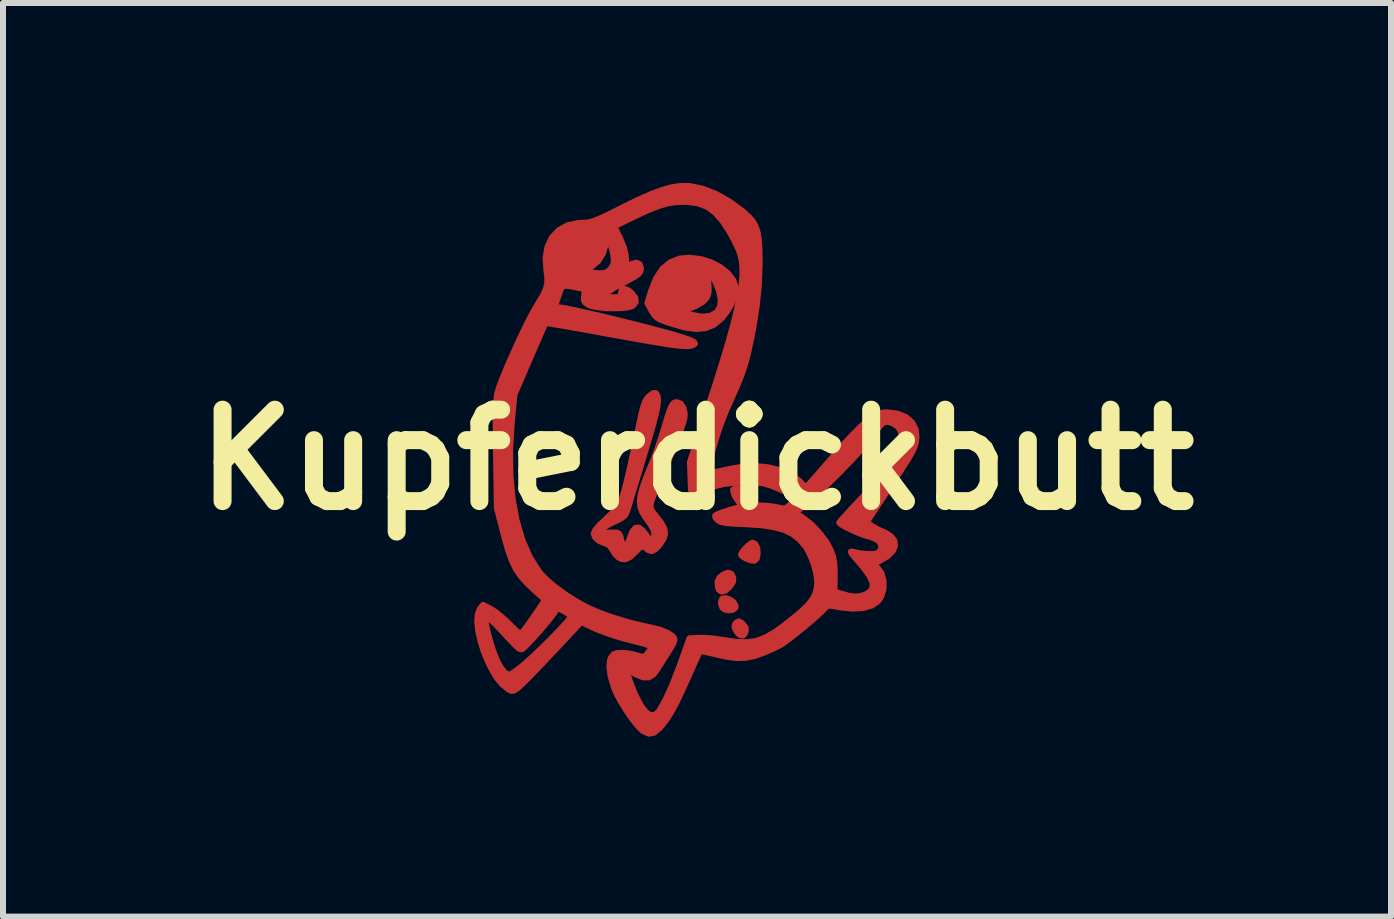
<source format=kicad_pcb>
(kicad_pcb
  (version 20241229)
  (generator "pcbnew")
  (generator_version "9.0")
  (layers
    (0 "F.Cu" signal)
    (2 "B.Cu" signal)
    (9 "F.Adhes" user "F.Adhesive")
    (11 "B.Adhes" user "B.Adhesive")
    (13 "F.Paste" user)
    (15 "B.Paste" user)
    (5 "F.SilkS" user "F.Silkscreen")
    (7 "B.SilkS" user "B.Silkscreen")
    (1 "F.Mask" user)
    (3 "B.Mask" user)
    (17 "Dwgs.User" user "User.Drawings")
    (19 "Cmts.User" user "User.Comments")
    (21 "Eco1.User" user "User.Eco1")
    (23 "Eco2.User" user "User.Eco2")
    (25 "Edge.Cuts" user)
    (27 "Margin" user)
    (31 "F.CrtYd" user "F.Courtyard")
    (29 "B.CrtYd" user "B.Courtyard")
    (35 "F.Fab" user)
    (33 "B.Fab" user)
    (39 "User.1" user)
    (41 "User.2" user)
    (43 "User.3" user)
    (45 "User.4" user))
  (footprint "Kupferdickbutt"
    (layer "F.Cu")
    (at 8.571 4.615)
    (property "Reference" "Kupferdickbutt" (at 0 0 0) (layer "F.SilkS") (effects (font (size 1.524 1.524) (thickness 0.3))))
    (attr through_hole)
    (fp_poly (pts (xy 0.815 2.843) (xy 0.801 2.89) (xy 0.765 2.931) (xy 0.715 2.922) (xy 0.665 2.872) (xy 0.626 2.798) (xy 0.633 2.742) (xy 0.661 2.711) (xy 0.7 2.695) (xy 0.744 2.72) (xy 0.76 2.736) (xy 0.807 2.793) (xy 0.815 2.843)) (stroke (width 0.1) (type solid)) (fill yes) (layer "F.Cu"))
    (fp_poly (pts (xy 0.604 1.965) (xy 0.602 2.029) (xy 0.555 2.106) (xy 0.549 2.113) (xy 0.476 2.18) (xy 0.413 2.199) (xy 0.367 2.171) (xy 0.351 2.133) (xy 0.342 2.033) (xy 0.378 1.96) (xy 0.438 1.915) (xy 0.516 1.883) (xy 0.569 1.9) (xy 0.604 1.965)) (stroke (width 0.1) (type solid)) (fill yes) (layer "F.Cu"))
    (fp_poly (pts (xy 0.642 2.438) (xy 0.64 2.467) (xy 0.601 2.5) (xy 0.535 2.511) (xy 0.466 2.499) (xy 0.425 2.471) (xy 0.401 2.412) (xy 0.4 2.365) (xy 0.42 2.317) (xy 0.472 2.307) (xy 0.48 2.308) (xy 0.554 2.333) (xy 0.614 2.382) (xy 0.642 2.438)) (stroke (width 0.1) (type solid)) (fill yes) (layer "F.Cu"))
    (fp_poly (pts (xy 1.011 1.569) (xy 1.011 1.571) (xy 0.994 1.65) (xy 0.957 1.683) (xy 0.888 1.676) (xy 0.826 1.652) (xy 0.765 1.617) (xy 0.734 1.584) (xy 0.734 1.58) (xy 0.753 1.54) (xy 0.8 1.484) (xy 0.857 1.428) (xy 0.907 1.39) (xy 0.926 1.383) (xy 0.974 1.408) (xy 1.005 1.475) (xy 1.011 1.569)) (stroke (width 0.1) (type solid)) (fill yes) (layer "F.Cu"))
    (fp_poly (pts (xy 0.649 -2.832) (xy 0.63 -2.729) (xy 0.579 -2.605) (xy 0.505 -2.478) (xy 0.418 -2.367) (xy 0.399 -2.347) (xy 0.396 -2.344) (xy 0.396 -2.669) (xy 0.367 -2.817) (xy 0.313 -2.953) (xy 0.255 -3.068) (xy 0.215 -3.131) (xy 0.19 -3.141) (xy 0.181 -3.097) (xy 0.184 -3.002) (xy 0.187 -2.966) (xy 0.195 -2.851) (xy 0.19 -2.774) (xy 0.171 -2.718) (xy 0.157 -2.694) (xy 0.088 -2.626) (xy -0.015 -2.565) (xy -0.128 -2.524) (xy -0.21 -2.512) (xy -0.264 -2.505) (xy -0.267 -2.487) (xy -0.222 -2.461) (xy -0.132 -2.429) (xy -0.084 -2.415) (xy 0.086 -2.385) (xy 0.222 -2.399) (xy 0.326 -2.457) (xy 0.329 -2.459) (xy 0.383 -2.548) (xy 0.396 -2.669) (xy 0.396 -2.344) (xy 0.275 -2.247) (xy 0.14 -2.193) (xy -0.017 -2.18) (xy -0.183 -2.202) (xy -0.269 -2.223) (xy -0.382 -2.256) (xy -0.492 -2.29) (xy -0.597 -2.329) (xy -0.664 -2.365) (xy -0.711 -2.41) (xy -0.753 -2.476) (xy -0.757 -2.484) (xy -0.828 -2.612) (xy -0.766 -2.814) (xy -0.683 -3.024) (xy -0.576 -3.184) (xy -0.443 -3.294) (xy -0.285 -3.355) (xy -0.127 -3.368) (xy 0.06 -3.346) (xy 0.235 -3.292) (xy 0.389 -3.212) (xy 0.515 -3.111) (xy 0.603 -2.997) (xy 0.646 -2.874) (xy 0.649 -2.832)) (stroke (width 0.1) (type solid)) (fill yes) (layer "F.Cu"))
    (fp_poly (pts (xy -0.206 -0.772) (xy -0.21 -0.698) (xy -0.229 -0.622) (xy -0.27 -0.502) (xy -0.329 -0.345) (xy -0.403 -0.159) (xy -0.49 0.051) (xy -0.586 0.276) (xy -0.651 0.423) (xy -0.714 0.567) (xy -0.755 0.671) (xy -0.774 0.746) (xy -0.773 0.802) (xy -0.751 0.853) (xy -0.711 0.907) (xy -0.689 0.934) (xy -0.597 1.053) (xy -0.546 1.149) (xy -0.532 1.229) (xy -0.553 1.305) (xy -0.556 1.312) (xy -0.619 1.412) (xy -0.687 1.487) (xy -0.749 1.522) (xy -0.763 1.524) (xy -0.817 1.504) (xy -0.859 1.47) (xy -0.888 1.442) (xy -0.915 1.438) (xy -0.952 1.464) (xy -1.012 1.524) (xy -1.028 1.54) (xy -1.119 1.623) (xy -1.195 1.66) (xy -1.265 1.652) (xy -1.316 1.624) (xy -1.37 1.568) (xy -1.41 1.499) (xy -1.465 1.424) (xy -1.519 1.398) (xy -1.628 1.356) (xy -1.698 1.297) (xy -1.722 1.233) (xy -1.7 1.178) (xy -1.635 1.098) (xy -1.524 0.991) (xy -1.524 0.991) (xy -1.431 0.904) (xy -1.352 0.821) (xy -1.298 0.756) (xy -1.285 0.736) (xy -1.255 0.659) (xy -1.216 0.53) (xy -1.171 0.355) (xy -1.12 0.138) (xy -1.064 -0.116) (xy -1.017 -0.339) (xy -0.975 -0.545) (xy -0.941 -0.703) (xy -0.914 -0.821) (xy -0.89 -0.906) (xy -0.868 -0.966) (xy -0.845 -1.008) (xy -0.82 -1.04) (xy -0.797 -1.062) (xy -0.729 -1.112) (xy -0.684 -1.111) (xy -0.658 -1.058) (xy -0.653 -1.028) (xy -0.651 -0.978) (xy -0.657 -0.915) (xy -0.671 -0.833) (xy -0.696 -0.726) (xy -0.732 -0.588) (xy -0.782 -0.413) (xy -0.847 -0.195) (xy -0.91 0.014) (xy -0.968 0.205) (xy -1.023 0.386) (xy -1.072 0.548) (xy -1.112 0.68) (xy -1.14 0.774) (xy -1.15 0.805) (xy -1.174 0.879) (xy -1.202 0.928) (xy -1.247 0.967) (xy -1.323 1.007) (xy -1.386 1.036) (xy -1.494 1.091) (xy -1.561 1.138) (xy -1.58 1.169) (xy -1.575 1.198) (xy -1.551 1.213) (xy -1.494 1.217) (xy -1.404 1.214) (xy -1.339 1.214) (xy -1.301 1.232) (xy -1.278 1.279) (xy -1.258 1.362) (xy -1.231 1.424) (xy -1.195 1.435) (xy -1.157 1.397) (xy -1.125 1.319) (xy -1.08 1.2) (xy -1.029 1.137) (xy -0.971 1.13) (xy -0.906 1.179) (xy -0.857 1.242) (xy -0.807 1.309) (xy -0.772 1.333) (xy -0.744 1.323) (xy -0.709 1.26) (xy -0.722 1.172) (xy -0.785 1.062) (xy -0.8 1.041) (xy -0.869 0.947) (xy -0.918 0.863) (xy -0.947 0.781) (xy -0.955 0.694) (xy -0.943 0.592) (xy -0.909 0.467) (xy -0.853 0.31) (xy -0.775 0.114) (xy -0.739 0.028) (xy -0.696 -0.085) (xy -0.644 -0.233) (xy -0.59 -0.395) (xy -0.546 -0.536) (xy -0.498 -0.697) (xy -0.46 -0.811) (xy -0.43 -0.887) (xy -0.403 -0.931) (xy -0.376 -0.953) (xy -0.344 -0.959) (xy -0.336 -0.96) (xy -0.271 -0.934) (xy -0.226 -0.867) (xy -0.206 -0.772)) (stroke (width 0.1) (type solid)) (fill yes) (layer "F.Cu"))
    (fp_poly (pts (xy 3.659 -0.368) (xy 3.658 -0.361) (xy 3.651 -0.308) (xy 3.641 -0.259) (xy 3.624 -0.207) (xy 3.596 -0.147) (xy 3.555 -0.071) (xy 3.496 0.027) (xy 3.415 0.152) (xy 3.415 0.153) (xy 3.415 -0.339) (xy 3.402 -0.461) (xy 3.357 -0.545) (xy 3.273 -0.603) (xy 3.259 -0.609) (xy 3.171 -0.634) (xy 3.105 -0.62) (xy 3.045 -0.559) (xy 3.015 -0.515) (xy 2.944 -0.414) (xy 2.837 -0.284) (xy 2.704 -0.132) (xy 2.551 0.033) (xy 2.386 0.204) (xy 2.216 0.372) (xy 2.05 0.531) (xy 1.895 0.672) (xy 1.759 0.787) (xy 1.729 0.811) (xy 1.637 0.881) (xy 1.763 0.965) (xy 1.908 1.08) (xy 2.045 1.223) (xy 2.16 1.376) (xy 2.234 1.517) (xy 2.268 1.616) (xy 2.287 1.713) (xy 2.295 1.831) (xy 2.295 1.939) (xy 2.292 2.199) (xy 2.381 2.226) (xy 2.523 2.266) (xy 2.63 2.281) (xy 2.721 2.274) (xy 2.808 2.246) (xy 2.89 2.195) (xy 2.929 2.129) (xy 2.924 2.044) (xy 2.875 1.936) (xy 2.779 1.803) (xy 2.687 1.695) (xy 2.612 1.608) (xy 2.573 1.556) (xy 2.565 1.533) (xy 2.587 1.531) (xy 2.597 1.534) (xy 2.714 1.559) (xy 2.834 1.572) (xy 2.94 1.572) (xy 3.012 1.556) (xy 3.015 1.555) (xy 3.065 1.501) (xy 3.073 1.429) (xy 3.038 1.36) (xy 3.027 1.349) (xy 2.971 1.317) (xy 2.885 1.285) (xy 2.836 1.272) (xy 2.755 1.246) (xy 2.657 1.207) (xy 2.556 1.161) (xy 2.465 1.115) (xy 2.399 1.076) (xy 2.371 1.049) (xy 2.371 1.047) (xy 2.389 1.023) (xy 2.442 0.964) (xy 2.522 0.875) (xy 2.625 0.765) (xy 2.745 0.637) (xy 2.815 0.563) (xy 2.996 0.369) (xy 3.138 0.208) (xy 3.246 0.072) (xy 3.324 -0.043) (xy 3.376 -0.144) (xy 3.405 -0.236) (xy 3.415 -0.326) (xy 3.415 -0.339) (xy 3.415 0.153) (xy 3.311 0.313) (xy 3.19 0.495) (xy 2.826 1.046) (xy 2.93 1.112) (xy 3.01 1.158) (xy 3.081 1.191) (xy 3.095 1.196) (xy 3.162 1.228) (xy 3.229 1.273) (xy 3.291 1.349) (xy 3.301 1.435) (xy 3.263 1.523) (xy 3.179 1.607) (xy 3.053 1.681) (xy 3.046 1.684) (xy 2.937 1.731) (xy 3.005 1.794) (xy 3.076 1.896) (xy 3.111 2.023) (xy 3.109 2.158) (xy 3.069 2.284) (xy 3.017 2.359) (xy 2.913 2.431) (xy 2.767 2.472) (xy 2.587 2.482) (xy 2.378 2.46) (xy 2.334 2.452) (xy 2.244 2.435) (xy 2.189 2.434) (xy 2.151 2.453) (xy 2.111 2.497) (xy 2.105 2.504) (xy 2.055 2.554) (xy 2.004 2.6) (xy 2.004 2.028) (xy 1.989 1.905) (xy 1.951 1.757) (xy 1.896 1.609) (xy 1.832 1.483) (xy 1.809 1.448) (xy 1.71 1.331) (xy 1.595 1.24) (xy 1.457 1.172) (xy 1.288 1.124) (xy 1.079 1.093) (xy 0.824 1.075) (xy 0.814 1.075) (xy 0.648 1.067) (xy 0.529 1.059) (xy 0.447 1.049) (xy 0.393 1.035) (xy 0.356 1.016) (xy 0.341 1.004) (xy 0.305 0.959) (xy 0.303 0.93) (xy 0.348 0.906) (xy 0.43 0.874) (xy 0.531 0.841) (xy 0.632 0.812) (xy 0.717 0.793) (xy 0.755 0.788) (xy 0.807 0.786) (xy 0.805 0.777) (xy 0.771 0.762) (xy 0.695 0.705) (xy 0.633 0.609) (xy 0.608 0.543) (xy 0.601 0.501) (xy 0.625 0.483) (xy 0.686 0.48) (xy 0.783 0.497) (xy 0.861 0.541) (xy 0.912 0.601) (xy 0.927 0.667) (xy 0.897 0.728) (xy 0.891 0.747) (xy 0.922 0.758) (xy 1 0.762) (xy 1.04 0.762) (xy 1.161 0.768) (xy 1.281 0.782) (xy 1.345 0.794) (xy 1.425 0.812) (xy 1.476 0.807) (xy 1.523 0.775) (xy 1.561 0.738) (xy 1.614 0.683) (xy 1.631 0.65) (xy 1.615 0.625) (xy 1.594 0.608) (xy 1.494 0.545) (xy 1.362 0.482) (xy 1.221 0.427) (xy 1.098 0.392) (xy 0.962 0.375) (xy 0.792 0.373) (xy 0.612 0.383) (xy 0.444 0.405) (xy 0.321 0.434) (xy 0.235 0.465) (xy 0.188 0.497) (xy 0.165 0.543) (xy 0.157 0.579) (xy 0.138 0.646) (xy 0.104 0.673) (xy 0.062 0.677) (xy -0.005 0.672) (xy -0.05 0.652) (xy -0.079 0.609) (xy -0.096 0.532) (xy -0.105 0.412) (xy -0.108 0.33) (xy -0.118 0.037) (xy 0.165 -0.821) (xy 0.304 -1.246) (xy 0.422 -1.623) (xy 0.521 -1.954) (xy 0.602 -2.245) (xy 0.665 -2.497) (xy 0.711 -2.717) (xy 0.742 -2.906) (xy 0.756 -3.069) (xy 0.757 -3.21) (xy 0.743 -3.332) (xy 0.717 -3.44) (xy 0.711 -3.457) (xy 0.671 -3.553) (xy 0.613 -3.671) (xy 0.549 -3.788) (xy 0.545 -3.796) (xy 0.421 -3.985) (xy 0.297 -4.124) (xy 0.166 -4.219) (xy 0.017 -4.275) (xy -0.157 -4.298) (xy -0.24 -4.3) (xy -0.36 -4.294) (xy -0.477 -4.276) (xy -0.6 -4.243) (xy -0.741 -4.192) (xy -0.909 -4.119) (xy -1.116 -4.02) (xy -1.117 -4.02) (xy -1.379 -3.891) (xy -1.282 -3.689) (xy -1.219 -3.539) (xy -1.189 -3.415) (xy -1.185 -3.351) (xy -1.185 -3.216) (xy -1.099 -3.261) (xy -1.015 -3.285) (xy -0.959 -3.263) (xy -0.936 -3.199) (xy -0.937 -3.165) (xy -0.949 -3.129) (xy -0.981 -3.093) (xy -1.042 -3.05) (xy -1.141 -2.995) (xy -1.227 -2.95) (xy -1.378 -2.869) (xy -1.387 -2.862) (xy -1.387 -3.317) (xy -1.392 -3.391) (xy -1.414 -3.5) (xy -1.447 -3.608) (xy -1.456 -3.63) (xy -1.505 -3.739) (xy -1.525 -3.591) (xy -1.568 -3.439) (xy -1.647 -3.313) (xy -1.752 -3.226) (xy -1.777 -3.213) (xy -1.845 -3.176) (xy -1.856 -3.149) (xy -1.813 -3.13) (xy -1.785 -3.125) (xy -1.65 -3.109) (xy -1.556 -3.111) (xy -1.491 -3.134) (xy -1.441 -3.178) (xy -1.438 -3.182) (xy -1.399 -3.246) (xy -1.387 -3.317) (xy -1.387 -2.862) (xy -1.474 -2.805) (xy -1.519 -2.758) (xy -1.511 -2.727) (xy -1.451 -2.711) (xy -1.399 -2.709) (xy -1.32 -2.712) (xy -1.282 -2.726) (xy -1.271 -2.759) (xy -1.27 -2.78) (xy -1.253 -2.836) (xy -1.206 -2.849) (xy -1.139 -2.82) (xy -1.091 -2.781) (xy -1.031 -2.703) (xy -1.022 -2.631) (xy -1.064 -2.572) (xy -1.079 -2.562) (xy -1.151 -2.541) (xy -1.261 -2.528) (xy -1.394 -2.525) (xy -1.533 -2.53) (xy -1.661 -2.543) (xy -1.762 -2.564) (xy -1.803 -2.579) (xy -1.864 -2.618) (xy -1.887 -2.66) (xy -1.884 -2.73) (xy -1.883 -2.737) (xy -1.869 -2.844) (xy -2.026 -2.875) (xy -2.136 -2.896) (xy -2.206 -2.901) (xy -2.247 -2.882) (xy -2.275 -2.835) (xy -2.302 -2.759) (xy -2.331 -2.67) (xy -2.355 -2.6) (xy -2.364 -2.575) (xy -2.351 -2.548) (xy -2.298 -2.54) (xy -2.239 -2.533) (xy -2.134 -2.513) (xy -1.989 -2.483) (xy -1.814 -2.444) (xy -1.617 -2.398) (xy -1.404 -2.347) (xy -1.184 -2.293) (xy -0.966 -2.238) (xy -0.756 -2.184) (xy -0.563 -2.133) (xy -0.395 -2.086) (xy -0.26 -2.046) (xy -0.247 -2.042) (xy -0.123 -1.999) (xy -0.052 -1.964) (xy -0.034 -1.936) (xy -0.065 -1.913) (xy -0.1 -1.902) (xy -0.138 -1.896) (xy -0.186 -1.894) (xy -0.251 -1.897) (xy -0.338 -1.905) (xy -0.451 -1.92) (xy -0.596 -1.943) (xy -0.777 -1.973) (xy -1 -2.012) (xy -1.269 -2.06) (xy -1.518 -2.105) (xy -1.748 -2.147) (xy -1.959 -2.185) (xy -2.147 -2.218) (xy -2.303 -2.245) (xy -2.423 -2.265) (xy -2.499 -2.277) (xy -2.526 -2.28) (xy -2.539 -2.253) (xy -2.57 -2.181) (xy -2.618 -2.073) (xy -2.678 -1.934) (xy -2.748 -1.774) (xy -2.789 -1.679) (xy -3.044 -1.087) (xy -3.09 -0.609) (xy -3.117 -0.165) (xy -3.111 0.256) (xy -3.075 0.649) (xy -3.008 1.012) (xy -2.912 1.338) (xy -2.787 1.624) (xy -2.634 1.865) (xy -2.618 1.886) (xy -2.514 1.995) (xy -2.371 2.117) (xy -2.201 2.241) (xy -2.017 2.359) (xy -1.831 2.461) (xy -1.823 2.466) (xy -1.636 2.547) (xy -1.411 2.628) (xy -1.164 2.703) (xy -0.913 2.766) (xy -0.776 2.795) (xy -0.619 2.834) (xy -0.492 2.885) (xy -0.408 2.941) (xy -0.385 2.968) (xy -0.377 3.005) (xy -0.394 3.061) (xy -0.441 3.145) (xy -0.463 3.179) (xy -0.533 3.289) (xy -0.605 3.404) (xy -0.65 3.478) (xy -0.726 3.579) (xy -0.805 3.628) (xy -0.896 3.628) (xy -1.012 3.582) (xy -1.09 3.542) (xy -1.146 3.514) (xy -1.162 3.506) (xy -1.168 3.522) (xy -1.156 3.578) (xy -1.129 3.664) (xy -1.091 3.767) (xy -1.047 3.877) (xy -1.014 3.951) (xy -0.928 4.11) (xy -0.847 4.214) (xy -0.77 4.261) (xy -0.698 4.252) (xy -0.631 4.188) (xy -0.62 4.17) (xy -0.517 3.983) (xy -0.409 3.743) (xy -0.295 3.451) (xy -0.258 3.348) (xy -0.126 2.977) (xy 0.037 2.969) (xy 0.146 2.97) (xy 0.283 2.982) (xy 0.42 3.002) (xy 0.434 3.004) (xy 0.653 3.037) (xy 0.837 3.043) (xy 0.998 3.017) (xy 1.152 2.958) (xy 1.315 2.861) (xy 1.434 2.774) (xy 1.615 2.632) (xy 1.755 2.514) (xy 1.857 2.412) (xy 1.928 2.321) (xy 1.973 2.232) (xy 1.996 2.141) (xy 2.004 2.038) (xy 2.004 2.028) (xy 2.004 2.6) (xy 1.972 2.629) (xy 1.865 2.721) (xy 1.747 2.819) (xy 1.627 2.915) (xy 1.518 3) (xy 1.429 3.065) (xy 1.425 3.068) (xy 1.359 3.106) (xy 1.259 3.154) (xy 1.144 3.205) (xy 1.115 3.217) (xy 0.957 3.273) (xy 0.813 3.302) (xy 0.665 3.306) (xy 0.497 3.285) (xy 0.317 3.245) (xy 0.204 3.218) (xy 0.114 3.199) (xy 0.058 3.191) (xy 0.047 3.192) (xy 0.033 3.22) (xy 0.001 3.292) (xy -0.047 3.398) (xy -0.106 3.531) (xy -0.167 3.667) (xy -0.266 3.887) (xy -0.351 4.063) (xy -0.427 4.203) (xy -0.499 4.317) (xy -0.571 4.413) (xy -0.631 4.48) (xy -0.718 4.551) (xy -0.801 4.567) (xy -0.89 4.529) (xy -0.927 4.501) (xy -1.001 4.424) (xy -1.09 4.31) (xy -1.182 4.175) (xy -1.269 4.034) (xy -1.341 3.901) (xy -1.385 3.798) (xy -1.441 3.606) (xy -1.462 3.449) (xy -1.449 3.332) (xy -1.428 3.289) (xy -1.389 3.244) (xy -1.336 3.223) (xy -1.248 3.219) (xy -1.248 3.219) (xy -1.137 3.229) (xy -1.027 3.253) (xy -1.002 3.261) (xy -0.929 3.284) (xy -0.885 3.283) (xy -0.847 3.254) (xy -0.826 3.23) (xy -0.782 3.171) (xy -0.762 3.126) (xy -0.762 3.124) (xy -0.788 3.102) (xy -0.859 3.074) (xy -0.963 3.046) (xy -0.995 3.038) (xy -1.22 2.981) (xy -1.443 2.912) (xy -1.646 2.838) (xy -1.789 2.774) (xy -1.927 2.704) (xy -2.004 2.784) (xy -2.046 2.829) (xy -2.098 2.884) (xy -2.098 2.605) (xy -2.13 2.578) (xy -2.193 2.54) (xy -2.216 2.527) (xy -2.32 2.471) (xy -2.381 2.555) (xy -2.454 2.651) (xy -2.542 2.759) (xy -2.636 2.869) (xy -2.729 2.972) (xy -2.812 3.061) (xy -2.878 3.126) (xy -2.919 3.159) (xy -2.925 3.161) (xy -2.944 3.159) (xy -2.966 3.149) (xy -2.996 3.124) (xy -3.042 3.08) (xy -3.11 3.009) (xy -3.206 2.907) (xy -3.279 2.828) (xy -3.386 2.717) (xy -3.461 2.65) (xy -3.506 2.63) (xy -3.525 2.657) (xy -3.52 2.734) (xy -3.493 2.862) (xy -3.471 2.949) (xy -3.413 3.147) (xy -3.349 3.315) (xy -3.282 3.448) (xy -3.215 3.539) (xy -3.151 3.582) (xy -3.133 3.584) (xy -3.092 3.567) (xy -3.021 3.519) (xy -2.931 3.451) (xy -2.876 3.404) (xy -2.773 3.312) (xy -2.658 3.205) (xy -2.538 3.089) (xy -2.421 2.972) (xy -2.312 2.86) (xy -2.219 2.76) (xy -2.148 2.68) (xy -2.106 2.625) (xy -2.098 2.605) (xy -2.098 2.884) (xy -2.119 2.907) (xy -2.217 3.011) (xy -2.333 3.135) (xy -2.459 3.269) (xy -2.498 3.31) (xy -2.626 3.446) (xy -2.746 3.57) (xy -2.851 3.676) (xy -2.934 3.757) (xy -2.987 3.806) (xy -2.997 3.814) (xy -3.055 3.85) (xy -3.097 3.854) (xy -3.146 3.827) (xy -3.248 3.745) (xy -3.339 3.635) (xy -3.428 3.485) (xy -3.47 3.401) (xy -3.551 3.211) (xy -3.611 3.023) (xy -3.65 2.847) (xy -3.665 2.692) (xy -3.654 2.568) (xy -3.618 2.483) (xy -3.567 2.42) (xy -3.442 2.484) (xy -3.362 2.535) (xy -3.264 2.613) (xy -3.164 2.704) (xy -3.14 2.727) (xy -3.059 2.807) (xy -2.993 2.869) (xy -2.95 2.903) (xy -2.942 2.907) (xy -2.919 2.885) (xy -2.871 2.825) (xy -2.806 2.736) (xy -2.73 2.627) (xy -2.727 2.622) (xy -2.533 2.336) (xy -2.717 2.171) (xy -2.842 2.051) (xy -2.941 1.939) (xy -3.02 1.822) (xy -3.086 1.688) (xy -3.145 1.525) (xy -3.203 1.322) (xy -3.223 1.248) (xy -3.337 0.804) (xy -3.351 -0.065) (xy -3.355 -0.364) (xy -3.356 -0.61) (xy -3.353 -0.806) (xy -3.348 -0.955) (xy -3.339 -1.061) (xy -3.332 -1.102) (xy -3.308 -1.186) (xy -3.263 -1.31) (xy -3.201 -1.464) (xy -3.126 -1.64) (xy -3.042 -1.827) (xy -2.956 -2.016) (xy -2.869 -2.197) (xy -2.788 -2.36) (xy -2.716 -2.495) (xy -2.659 -2.591) (xy -2.575 -2.729) (xy -2.522 -2.839) (xy -2.497 -2.937) (xy -2.496 -3.04) (xy -2.51 -3.149) (xy -2.525 -3.362) (xy -2.494 -3.548) (xy -2.421 -3.704) (xy -2.308 -3.825) (xy -2.159 -3.908) (xy -1.977 -3.948) (xy -1.905 -3.951) (xy -1.846 -3.953) (xy -1.788 -3.962) (xy -1.723 -3.981) (xy -1.642 -4.013) (xy -1.535 -4.061) (xy -1.394 -4.13) (xy -1.248 -4.204) (xy -0.991 -4.33) (xy -0.773 -4.426) (xy -0.588 -4.496) (xy -0.429 -4.541) (xy -0.288 -4.563) (xy -0.158 -4.565) (xy -0.123 -4.563) (xy 0.091 -4.519) (xy 0.318 -4.431) (xy 0.545 -4.303) (xy 0.761 -4.144) (xy 0.86 -4.054) (xy 0.924 -3.983) (xy 0.972 -3.904) (xy 1.006 -3.808) (xy 1.028 -3.687) (xy 1.04 -3.53) (xy 1.044 -3.328) (xy 1.044 -3.278) (xy 1.032 -2.926) (xy 0.995 -2.56) (xy 0.932 -2.166) (xy 0.888 -1.95) (xy 0.851 -1.782) (xy 0.814 -1.637) (xy 0.772 -1.501) (xy 0.721 -1.36) (xy 0.655 -1.201) (xy 0.571 -1.012) (xy 0.522 -0.903) (xy 0.46 -0.76) (xy 0.4 -0.601) (xy 0.343 -0.436) (xy 0.293 -0.272) (xy 0.25 -0.119) (xy 0.218 0.016) (xy 0.199 0.124) (xy 0.195 0.197) (xy 0.208 0.226) (xy 0.21 0.226) (xy 0.242 0.22) (xy 0.313 0.204) (xy 0.405 0.183) (xy 0.538 0.155) (xy 0.684 0.129) (xy 0.767 0.116) (xy 0.978 0.105) (xy 1.191 0.127) (xy 1.392 0.177) (xy 1.568 0.253) (xy 1.706 0.351) (xy 1.727 0.373) (xy 1.813 0.465) (xy 1.927 0.338) (xy 1.984 0.274) (xy 2.068 0.177) (xy 2.172 0.058) (xy 2.285 -0.073) (xy 2.365 -0.165) (xy 2.484 -0.3) (xy 2.605 -0.429) (xy 2.718 -0.542) (xy 2.812 -0.629) (xy 2.858 -0.666) (xy 2.953 -0.733) (xy 3.025 -0.77) (xy 3.093 -0.786) (xy 3.171 -0.79) (xy 3.343 -0.769) (xy 3.483 -0.712) (xy 3.586 -0.622) (xy 3.646 -0.506) (xy 3.659 -0.368)) (stroke (width 0.1) (type solid)) (fill yes) (layer "F.Cu")))
  (gr_rect
    (start -3 -3)
    (end 20.141 12.232)
    (stroke (width 0.1) (type default))
    (fill no)
    (layer "Edge.Cuts")))
</source>
